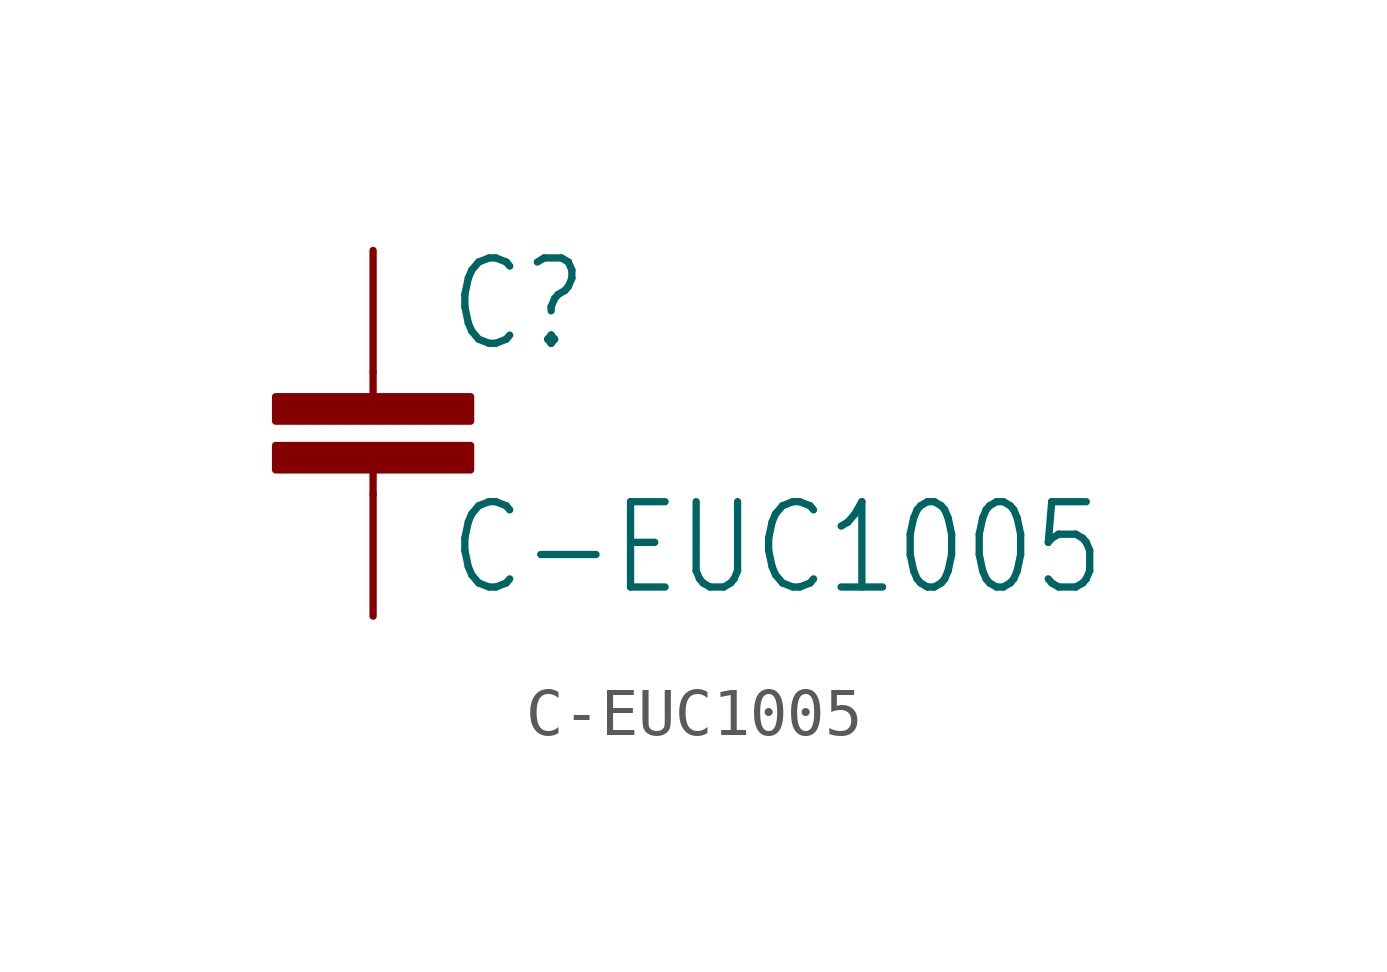
<source format=kicad_sym>
(kicad_symbol_lib
  (version 20201005)
  (generator kicad_symbol_editor)
  (symbol "C-EUC1005"
    (property "Reference" "C"
      (at 1.524 0.381 0)
      (effects (font (size 1.778 1.511)) (justify left bottom)))
    (property "Value" "C-EUC1005"
      (at 1.524 -4.699 0)
      (effects (font (size 1.778 1.511)) (justify left bottom)))
    (property "ki_locked" ""
      (at 0 0 0)
      (effects (font (size 1.27 1.27))))
    (symbol "C-EUC1005_1_0"
      (rectangle (start -2.032 -2.032) (end 2.032 -1.524) (stroke (width 0)) (fill (type outline)))
      (rectangle (start -2.032 -1.016) (end 2.032 -0.508) (stroke (width 0)) (fill (type outline)))
      (polyline (pts (xy 0 0) (xy 0 -0.508)) (stroke (width 0.152)) (fill (type none)))
      (polyline (pts (xy 0 -2.54) (xy 0 -2.032)) (stroke (width 0.152)) (fill (type none)))
      (pin passive line (at 0 2.54 270) (length 2.54) (name "1" (effects (font (size 0 0)))) (number "1" (effects (font (size 0 0)))))
      (pin passive line (at 0 -5.08 90) (length 2.54) (name "2" (effects (font (size 0 0)))) (number "2" (effects (font (size 0 0))))))))
</source>
